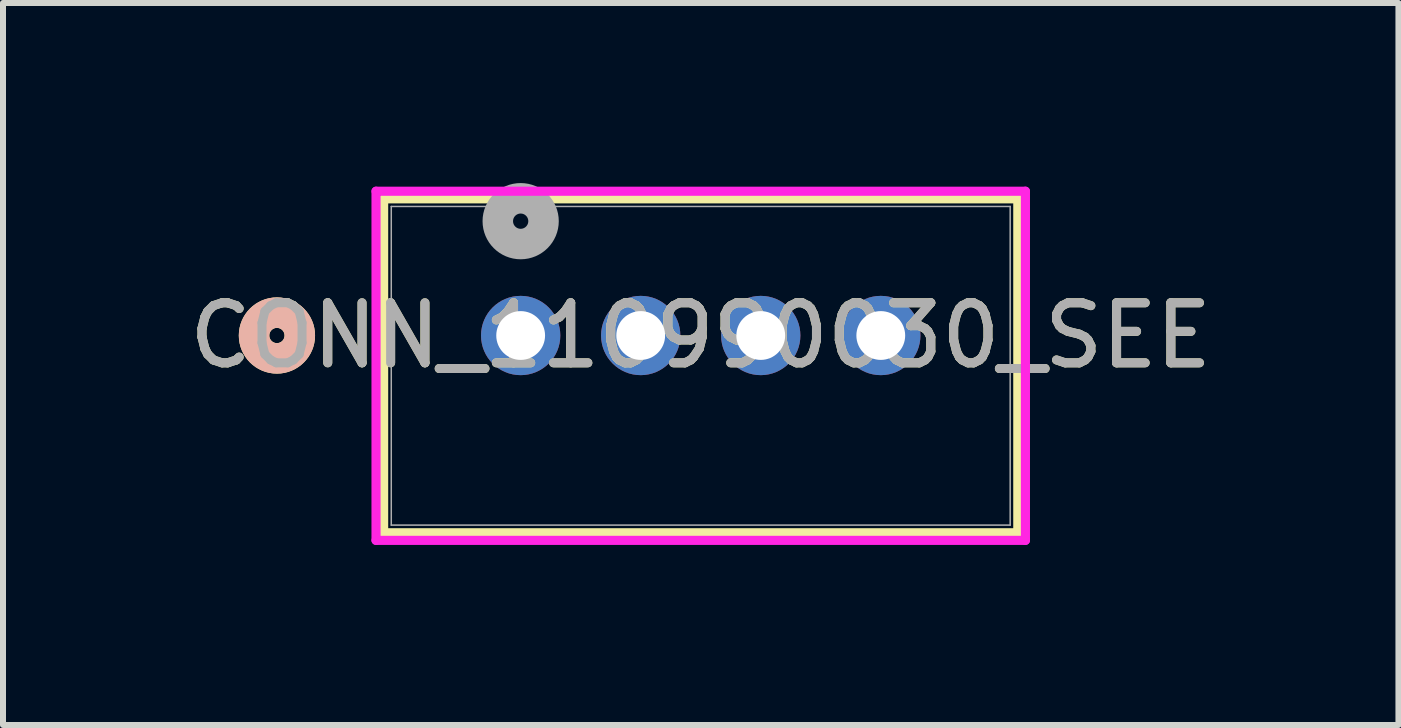
<source format=kicad_pcb>
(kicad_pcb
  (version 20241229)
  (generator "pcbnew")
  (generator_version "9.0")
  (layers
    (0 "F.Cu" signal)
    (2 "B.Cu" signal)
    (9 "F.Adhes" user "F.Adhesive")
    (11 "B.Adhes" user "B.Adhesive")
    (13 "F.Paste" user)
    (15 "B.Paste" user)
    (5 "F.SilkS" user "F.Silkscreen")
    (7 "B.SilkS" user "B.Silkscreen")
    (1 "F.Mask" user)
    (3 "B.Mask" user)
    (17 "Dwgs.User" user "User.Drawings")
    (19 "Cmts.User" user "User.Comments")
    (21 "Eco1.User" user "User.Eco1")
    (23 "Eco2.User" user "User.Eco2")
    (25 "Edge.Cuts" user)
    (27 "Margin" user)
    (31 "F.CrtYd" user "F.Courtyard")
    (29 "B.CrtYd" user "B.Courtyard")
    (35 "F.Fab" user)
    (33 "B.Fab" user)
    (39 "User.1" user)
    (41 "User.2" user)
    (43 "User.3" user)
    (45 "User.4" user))
  (footprint "CONN_110990030_SEE"
    (layer "F.Cu")
    (at 5.625 2.54)
    (property "Reference" "CONN_110990030_SEE" (at 3 0 0) (unlocked yes) (layer "F.SilkS") (effects (font (size 1 1) (thickness 0.15))))
    (attr through_hole)
    (fp_line (start -2.283 -2.277) (end -2.283 3.286) (stroke (width 0.152) (type solid)) (layer "F.SilkS"))
    (fp_line (start -2.283 3.286) (end 8.283 3.286) (stroke (width 0.152) (type solid)) (layer "F.SilkS"))
    (fp_line (start 8.283 -2.277) (end -2.283 -2.277) (stroke (width 0.152) (type solid)) (layer "F.SilkS"))
    (fp_line (start 8.283 3.286) (end 8.283 -2.277) (stroke (width 0.152) (type solid)) (layer "F.SilkS"))
    (fp_circle (center -4.061 0) (end -3.68 0) (stroke (width 0.508) (type solid)) (fill no) (layer "F.SilkS"))
    (fp_circle (center -4.061 0) (end -3.68 0) (stroke (width 0.508) (type solid)) (fill no) (layer "B.SilkS"))
    (fp_line (start -2.41 -2.404) (end -2.41 3.413) (stroke (width 0.152) (type solid)) (layer "F.CrtYd"))
    (fp_line (start -2.41 3.413) (end 8.41 3.413) (stroke (width 0.152) (type solid)) (layer "F.CrtYd"))
    (fp_line (start 8.41 -2.404) (end -2.41 -2.404) (stroke (width 0.152) (type solid)) (layer "F.CrtYd"))
    (fp_line (start 8.41 3.413) (end 8.41 -2.404) (stroke (width 0.152) (type solid)) (layer "F.CrtYd"))
    (fp_line (start -2.156 -2.15) (end -2.156 3.159) (stroke (width 0.025) (type solid)) (layer "F.Fab"))
    (fp_line (start -2.156 3.159) (end 8.156 3.159) (stroke (width 0.025) (type solid)) (layer "F.Fab"))
    (fp_line (start 8.156 -2.15) (end -2.156 -2.15) (stroke (width 0.025) (type solid)) (layer "F.Fab"))
    (fp_line (start 8.156 3.159) (end 8.156 -2.15) (stroke (width 0.025) (type solid)) (layer "F.Fab"))
    (fp_circle (center 0 -1.905) (end 0.381 -1.905) (stroke (width 0.508) (type solid)) (fill no) (layer "F.Fab"))
    (fp_text user "${REFERENCE}" (at 3 0 0) (unlocked yes) (layer "F.Fab") (effects (font (size 1 1) (thickness 0.15))))
    (pad "1" thru_hole circle (at 0 0) (size 1.321 1.321) (drill 0.813) (layers "*.Cu" "*.Mask"))
    (pad "2" thru_hole circle (at 2 0) (size 1.321 1.321) (drill 0.813) (layers "*.Cu" "*.Mask"))
    (pad "3" thru_hole circle (at 4 0) (size 1.321 1.321) (drill 0.813) (layers "*.Cu" "*.Mask"))
    (pad "4" thru_hole circle (at 6 0) (size 1.321 1.321) (drill 0.813) (layers "*.Cu" "*.Mask")))
  (gr_rect
    (start -3 -3)
    (end 20.25 9.029)
    (stroke (width 0.1) (type default))
    (fill no)
    (layer "Edge.Cuts")))
</source>
